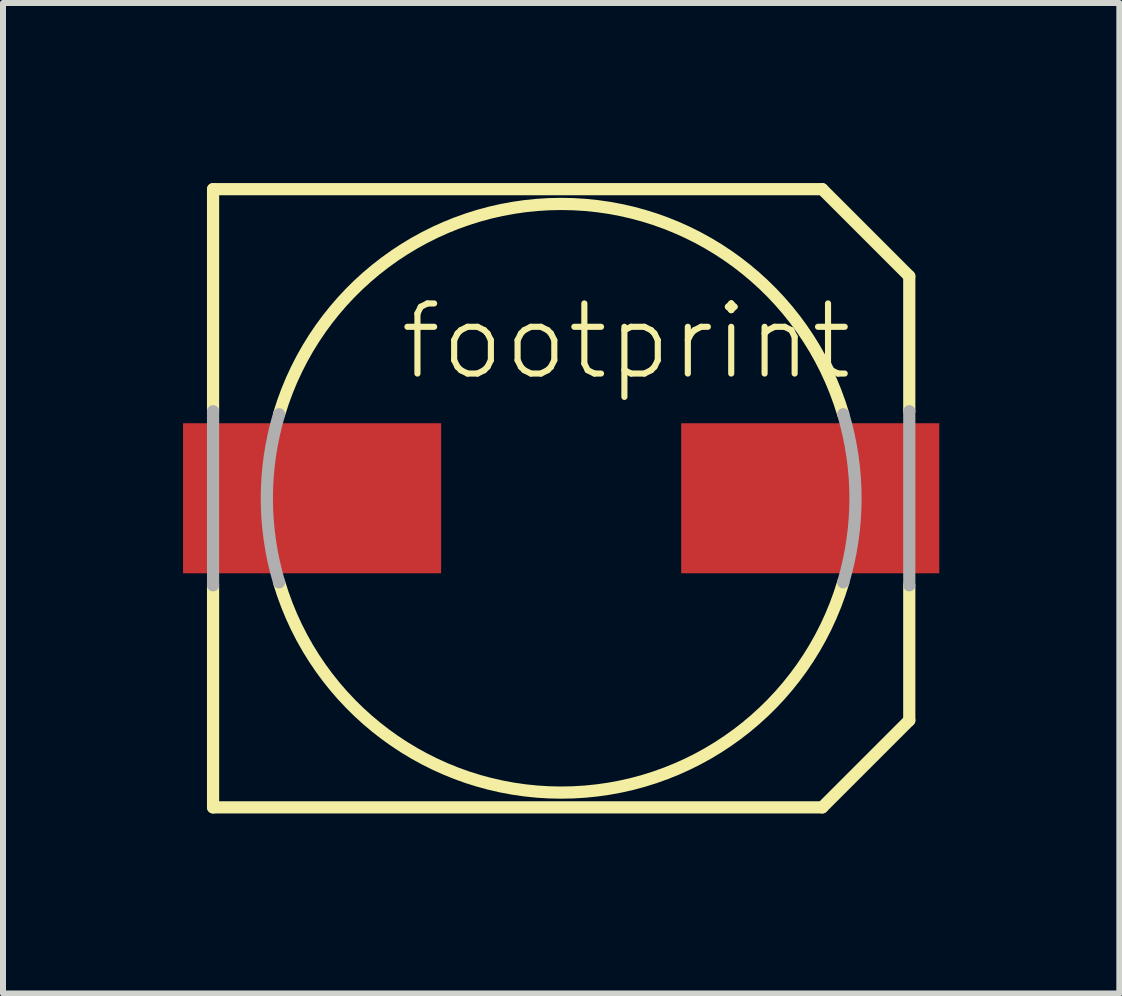
<source format=kicad_pcb>
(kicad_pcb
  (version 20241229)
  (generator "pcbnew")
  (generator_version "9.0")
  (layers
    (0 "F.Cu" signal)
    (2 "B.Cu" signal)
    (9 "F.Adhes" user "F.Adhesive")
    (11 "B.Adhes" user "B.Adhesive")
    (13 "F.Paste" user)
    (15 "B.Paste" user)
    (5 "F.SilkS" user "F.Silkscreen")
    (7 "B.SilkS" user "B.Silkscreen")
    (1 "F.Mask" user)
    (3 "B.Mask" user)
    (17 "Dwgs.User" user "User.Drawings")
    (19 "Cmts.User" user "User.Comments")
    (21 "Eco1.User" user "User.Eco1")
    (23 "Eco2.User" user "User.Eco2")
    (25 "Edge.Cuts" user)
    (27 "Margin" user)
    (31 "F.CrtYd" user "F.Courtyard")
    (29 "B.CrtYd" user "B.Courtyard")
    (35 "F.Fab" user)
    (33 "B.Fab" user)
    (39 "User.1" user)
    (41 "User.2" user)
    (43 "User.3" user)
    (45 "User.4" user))
  (footprint "footprint"
    (layer "F.Cu")
    (at 6.3 5.252)
    (property "Reference" "footprint" (at -2.74 -1.93 0) (layer "F.SilkS") (effects (font (size 1.168 1.168) (thickness 0.102)) (justify left bottom)))
    (fp_line (start -5.8 -5.15) (end 4.35 -5.15) (stroke (width 0.203) (type solid)) (layer "F.SilkS"))
    (fp_line (start -5.8 -1.45) (end -5.8 -5.15) (stroke (width 0.203) (type solid)) (layer "F.SilkS"))
    (fp_line (start -5.8 5.15) (end -5.8 1.45) (stroke (width 0.203) (type solid)) (layer "F.SilkS"))
    (fp_line (start 4.35 5.15) (end -5.8 5.15) (stroke (width 0.203) (type solid)) (layer "F.SilkS"))
    (fp_line (start 5.8 -3.7) (end 4.35 -5.15) (stroke (width 0.203) (type solid)) (layer "F.SilkS"))
    (fp_line (start 5.8 -3.7) (end 5.8 -1.45) (stroke (width 0.203) (type solid)) (layer "F.SilkS"))
    (fp_line (start 5.8 1.45) (end 5.8 3.7) (stroke (width 0.203) (type solid)) (layer "F.SilkS"))
    (fp_line (start 5.8 3.7) (end 4.35 5.15) (stroke (width 0.203) (type solid)) (layer "F.SilkS"))
    (fp_arc (start -4.7 -1.4) (mid 0 -4.90408) (end 4.7 -1.4) (stroke (width 0.2032) (type solid)) (layer "F.SilkS"))
    (fp_arc (start 4.7 1.4) (mid 0 4.90408) (end -4.7 1.4) (stroke (width 0.2032) (type solid)) (layer "F.SilkS"))
    (fp_line (start -5.8 1.45) (end -5.8 -1.45) (stroke (width 0.203) (type solid)) (layer "F.Fab"))
    (fp_line (start 5.8 -1.45) (end 5.8 1.45) (stroke (width 0.203) (type solid)) (layer "F.Fab"))
    (fp_arc (start -4.7 1.4) (mid -4.90408 0) (end -4.7 -1.4) (stroke (width 0.2032) (type solid)) (layer "F.Fab"))
    (fp_arc (start 4.7 -1.4) (mid 4.90408 0) (end 4.7 1.4) (stroke (width 0.2032) (type solid)) (layer "F.Fab"))
    (pad "+" smd rect (at 4.15 0) (size 4.3 2.5) (layers "F.Cu" "F.Mask" "F.Paste"))
    (pad "-" smd rect (at -4.15 0) (size 4.3 2.5) (layers "F.Cu" "F.Mask" "F.Paste")))
  (gr_rect
    (start -3 -3)
    (end 15.6 13.503)
    (stroke (width 0.1) (type default))
    (fill no)
    (layer "Edge.Cuts")))
</source>
